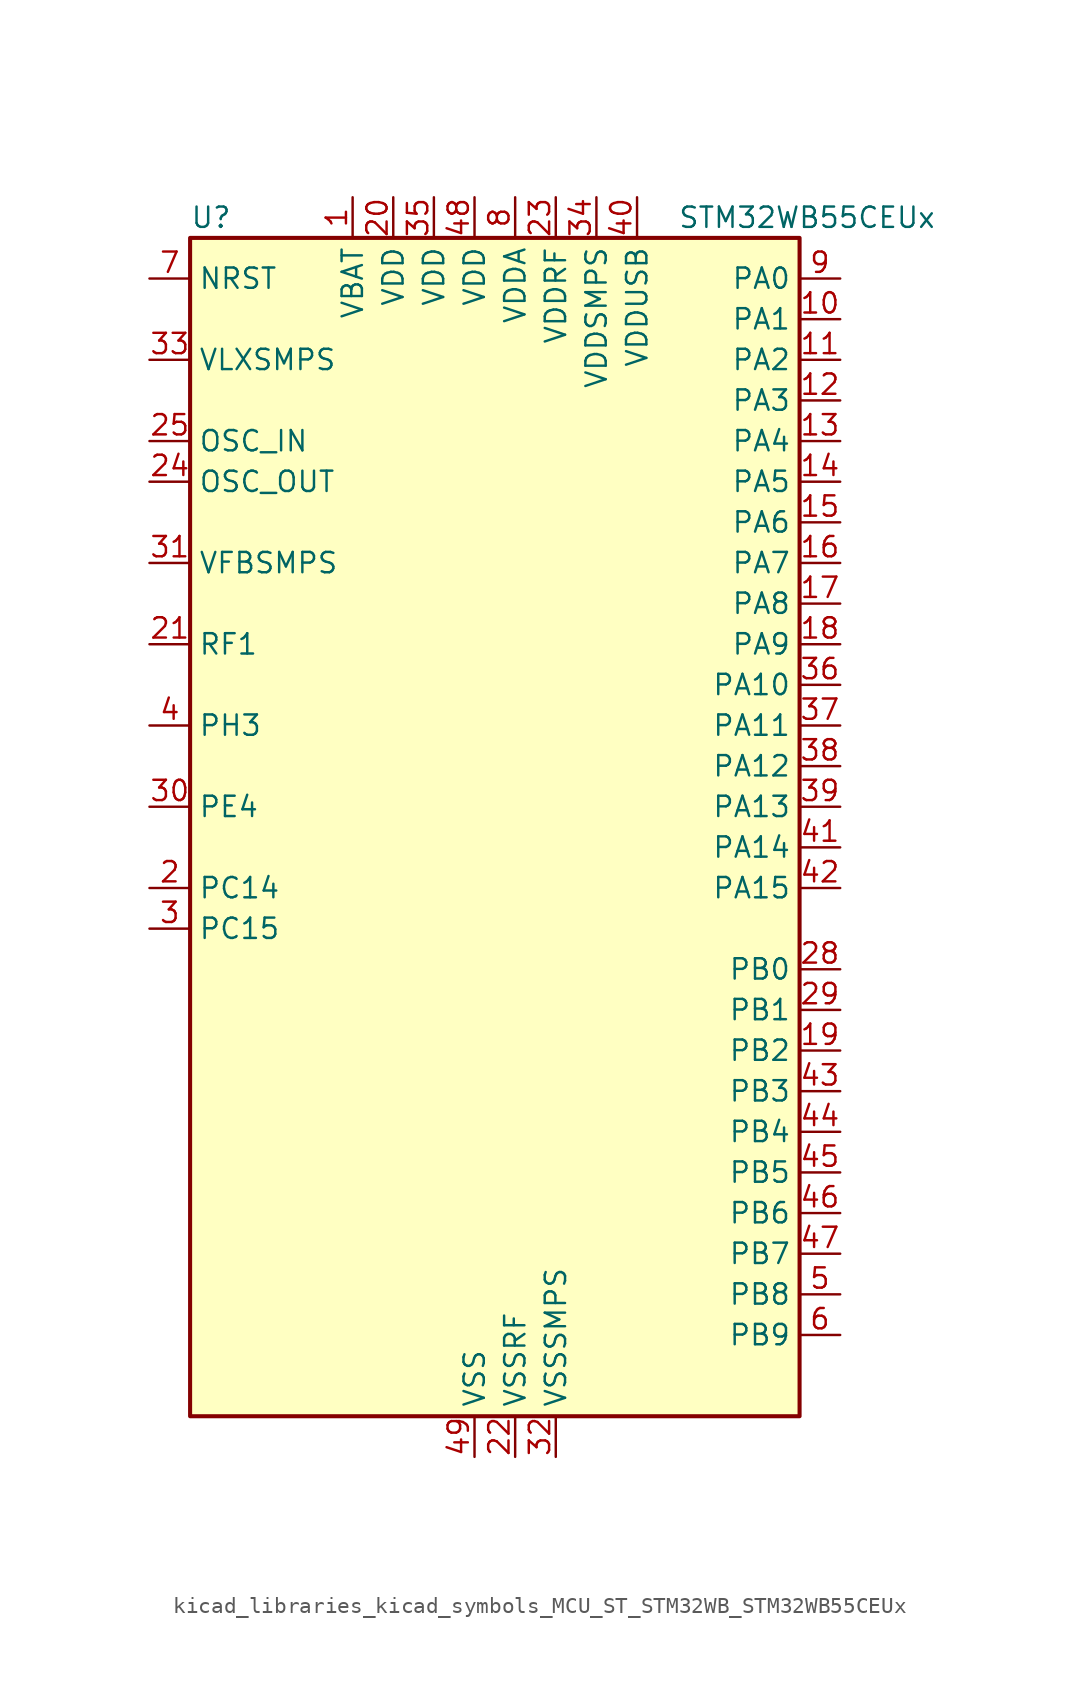
<source format=kicad_sym>
(kicad_symbol_lib
  (version 20220914)
  (generator kicad_symbol_editor)
  (symbol "kicad_libraries_kicad_symbols_MCU_ST_STM32WB_STM32WB55CEUx"
    (property "Reference" "U"
      (at -17.78 39.37 0)
      (effects (font (size 1.27 1.27)) (justify left)))
    (property "Value" "STM32WB55CEUx"
      (at 12.7 39.37 0)
      (effects (font (size 1.27 1.27)) (justify left)))
    (property "ki_locked" ""
      (at 0 0 0)
      (effects (font (size 1.27 1.27))))
    (symbol "kicad_libraries_kicad_symbols_MCU_ST_STM32WB_STM32WB55CEUx_0_1"
      (rectangle (start -17.78 -35.56) (end 20.32 38.1) (stroke (width 0.254) (type default)) (fill (type background))))
    (symbol "kicad_libraries_kicad_symbols_MCU_ST_STM32WB_STM32WB55CEUx_1_1"
      (pin power_in line (at -7.62 40.64 270) (length 2.54) (name "VBAT" (effects (font (size 1.27 1.27)))) (number "1" (effects (font (size 1.27 1.27)))))
      (pin bidirectional line (at 22.86 33.02 180) (length 2.54) (name "PA1" (effects (font (size 1.27 1.27)))) (number "10" (effects (font (size 1.27 1.27)))) (alternate "ADC1_IN6" bidirectional line) (alternate "COMP1_INP" bidirectional line) (alternate "I2C1_SMBA" bidirectional line) (alternate "LCD_SEG0" bidirectional line) (alternate "SPI1_SCK" bidirectional line) (alternate "TIM2_CH2" bidirectional line))
      (pin bidirectional line (at 22.86 30.48 180) (length 2.54) (name "PA2" (effects (font (size 1.27 1.27)))) (number "11" (effects (font (size 1.27 1.27)))) (alternate "ADC1_IN7" bidirectional line) (alternate "COMP2_INM" bidirectional line) (alternate "COMP2_OUT" bidirectional line) (alternate "LCD_SEG1" bidirectional line) (alternate "LPUART1_TX" bidirectional line) (alternate "QUADSPI_BK1_NCS" bidirectional line) (alternate "RCC_LSCO" bidirectional line) (alternate "SYS_WKUP4" bidirectional line) (alternate "TIM2_CH3" bidirectional line))
      (pin bidirectional line (at 22.86 27.94 180) (length 2.54) (name "PA3" (effects (font (size 1.27 1.27)))) (number "12" (effects (font (size 1.27 1.27)))) (alternate "ADC1_IN8" bidirectional line) (alternate "COMP2_INP" bidirectional line) (alternate "LCD_SEG2" bidirectional line) (alternate "LPUART1_RX" bidirectional line) (alternate "QUADSPI_CLK" bidirectional line) (alternate "SAI1_CK1" bidirectional line) (alternate "SAI1_MCLK_A" bidirectional line) (alternate "TIM2_CH4" bidirectional line))
      (pin bidirectional line (at 22.86 25.4 180) (length 2.54) (name "PA4" (effects (font (size 1.27 1.27)))) (number "13" (effects (font (size 1.27 1.27)))) (alternate "ADC1_IN9" bidirectional line) (alternate "COMP1_INM" bidirectional line) (alternate "COMP2_INM" bidirectional line) (alternate "LCD_SEG5" bidirectional line) (alternate "LPTIM2_OUT" bidirectional line) (alternate "SAI1_FS_B" bidirectional line) (alternate "SPI1_NSS" bidirectional line))
      (pin bidirectional line (at 22.86 22.86 180) (length 2.54) (name "PA5" (effects (font (size 1.27 1.27)))) (number "14" (effects (font (size 1.27 1.27)))) (alternate "ADC1_IN10" bidirectional line) (alternate "COMP1_INM" bidirectional line) (alternate "COMP2_INM" bidirectional line) (alternate "LPTIM2_ETR" bidirectional line) (alternate "SAI1_SD_B" bidirectional line) (alternate "SPI1_SCK" bidirectional line) (alternate "TIM2_CH1" bidirectional line) (alternate "TIM2_ETR" bidirectional line))
      (pin bidirectional line (at 22.86 20.32 180) (length 2.54) (name "PA6" (effects (font (size 1.27 1.27)))) (number "15" (effects (font (size 1.27 1.27)))) (alternate "ADC1_IN11" bidirectional line) (alternate "LCD_SEG3" bidirectional line) (alternate "LPUART1_CTS" bidirectional line) (alternate "QUADSPI_BK1_IO3" bidirectional line) (alternate "SPI1_MISO" bidirectional line) (alternate "TIM16_CH1" bidirectional line) (alternate "TIM1_BKIN" bidirectional line))
      (pin bidirectional line (at 22.86 17.78 180) (length 2.54) (name "PA7" (effects (font (size 1.27 1.27)))) (number "16" (effects (font (size 1.27 1.27)))) (alternate "ADC1_IN12" bidirectional line) (alternate "COMP2_OUT" bidirectional line) (alternate "I2C3_SCL" bidirectional line) (alternate "LCD_SEG4" bidirectional line) (alternate "QUADSPI_BK1_IO2" bidirectional line) (alternate "SPI1_MOSI" bidirectional line) (alternate "TIM17_CH1" bidirectional line) (alternate "TIM1_CH1N" bidirectional line))
      (pin bidirectional line (at 22.86 15.24 180) (length 2.54) (name "PA8" (effects (font (size 1.27 1.27)))) (number "17" (effects (font (size 1.27 1.27)))) (alternate "ADC1_IN15" bidirectional line) (alternate "LCD_COM0" bidirectional line) (alternate "LPTIM2_OUT" bidirectional line) (alternate "RCC_MCO" bidirectional line) (alternate "SAI1_CK2" bidirectional line) (alternate "SAI1_SCK_A" bidirectional line) (alternate "TIM1_CH1" bidirectional line) (alternate "USART1_CK" bidirectional line))
      (pin bidirectional line (at 22.86 12.7 180) (length 2.54) (name "PA9" (effects (font (size 1.27 1.27)))) (number "18" (effects (font (size 1.27 1.27)))) (alternate "ADC1_IN16" bidirectional line) (alternate "COMP1_INM" bidirectional line) (alternate "I2C1_SCL" bidirectional line) (alternate "LCD_COM1" bidirectional line) (alternate "SAI1_D2" bidirectional line) (alternate "SAI1_FS_A" bidirectional line) (alternate "TIM1_CH2" bidirectional line) (alternate "USART1_TX" bidirectional line))
      (pin bidirectional line (at 22.86 -12.7 180) (length 2.54) (name "PB2" (effects (font (size 1.27 1.27)))) (number "19" (effects (font (size 1.27 1.27)))) (alternate "COMP1_INP" bidirectional line) (alternate "I2C3_SMBA" bidirectional line) (alternate "LCD_VLCD" bidirectional line) (alternate "LPTIM1_OUT" bidirectional line) (alternate "RTC_OUT2" bidirectional line) (alternate "SAI1_EXTCLK" bidirectional line) (alternate "SPI1_NSS" bidirectional line))
      (pin bidirectional line (at -20.32 -2.54 0) (length 2.54) (name "PC14" (effects (font (size 1.27 1.27)))) (number "2" (effects (font (size 1.27 1.27)))) (alternate "RCC_OSC32_IN" bidirectional line))
      (pin power_in line (at -5.08 40.64 270) (length 2.54) (name "VDD" (effects (font (size 1.27 1.27)))) (number "20" (effects (font (size 1.27 1.27)))))
      (pin bidirectional line (at -20.32 12.7 0) (length 2.54) (name "RF1" (effects (font (size 1.27 1.27)))) (number "21" (effects (font (size 1.27 1.27)))) (alternate "RF_RF1" bidirectional line))
      (pin power_in line (at 2.54 -38.1 90) (length 2.54) (name "VSSRF" (effects (font (size 1.27 1.27)))) (number "22" (effects (font (size 1.27 1.27)))))
      (pin power_in line (at 5.08 40.64 270) (length 2.54) (name "VDDRF" (effects (font (size 1.27 1.27)))) (number "23" (effects (font (size 1.27 1.27)))))
      (pin input line (at -20.32 22.86 0) (length 2.54) (name "OSC_OUT" (effects (font (size 1.27 1.27)))) (number "24" (effects (font (size 1.27 1.27)))) (alternate "RCC_OSC_OUT" bidirectional line))
      (pin input line (at -20.32 25.4 0) (length 2.54) (name "OSC_IN" (effects (font (size 1.27 1.27)))) (number "25" (effects (font (size 1.27 1.27)))) (alternate "RCC_OSC_IN" bidirectional line))
      (pin no_connect line (at -17.78 -35.56 0) (length 2.54) hide (name "AT0" (effects (font (size 1.27 1.27)))) (number "26" (effects (font (size 1.27 1.27)))))
      (pin no_connect line (at -17.78 -33.02 0) (length 2.54) hide (name "AT1" (effects (font (size 1.27 1.27)))) (number "27" (effects (font (size 1.27 1.27)))))
      (pin bidirectional line (at 22.86 -7.62 180) (length 2.54) (name "PB0" (effects (font (size 1.27 1.27)))) (number "28" (effects (font (size 1.27 1.27)))) (alternate "COMP1_OUT" bidirectional line) (alternate "RF_TX_MOD_EXT_PA" bidirectional line))
      (pin bidirectional line (at 22.86 -10.16 180) (length 2.54) (name "PB1" (effects (font (size 1.27 1.27)))) (number "29" (effects (font (size 1.27 1.27)))) (alternate "LPTIM2_IN1" bidirectional line) (alternate "LPUART1_DE" bidirectional line) (alternate "LPUART1_RTS" bidirectional line))
      (pin bidirectional line (at -20.32 -5.08 0) (length 2.54) (name "PC15" (effects (font (size 1.27 1.27)))) (number "3" (effects (font (size 1.27 1.27)))) (alternate "ADC1_EXTI15" bidirectional line) (alternate "RCC_OSC32_OUT" bidirectional line))
      (pin bidirectional line (at -20.32 2.54 0) (length 2.54) (name "PE4" (effects (font (size 1.27 1.27)))) (number "30" (effects (font (size 1.27 1.27)))))
      (pin input line (at -20.32 17.78 0) (length 2.54) (name "VFBSMPS" (effects (font (size 1.27 1.27)))) (number "31" (effects (font (size 1.27 1.27)))))
      (pin power_in line (at 5.08 -38.1 90) (length 2.54) (name "VSSSMPS" (effects (font (size 1.27 1.27)))) (number "32" (effects (font (size 1.27 1.27)))))
      (pin power_in line (at -20.32 30.48 0) (length 2.54) (name "VLXSMPS" (effects (font (size 1.27 1.27)))) (number "33" (effects (font (size 1.27 1.27)))))
      (pin power_in line (at 7.62 40.64 270) (length 2.54) (name "VDDSMPS" (effects (font (size 1.27 1.27)))) (number "34" (effects (font (size 1.27 1.27)))))
      (pin power_in line (at -2.54 40.64 270) (length 2.54) (name "VDD" (effects (font (size 1.27 1.27)))) (number "35" (effects (font (size 1.27 1.27)))))
      (pin bidirectional line (at 22.86 10.16 180) (length 2.54) (name "PA10" (effects (font (size 1.27 1.27)))) (number "36" (effects (font (size 1.27 1.27)))) (alternate "CRS_SYNC" bidirectional line) (alternate "I2C1_SDA" bidirectional line) (alternate "LCD_COM2" bidirectional line) (alternate "SAI1_D1" bidirectional line) (alternate "SAI1_SD_A" bidirectional line) (alternate "TIM17_BKIN" bidirectional line) (alternate "TIM1_CH3" bidirectional line) (alternate "USART1_RX" bidirectional line))
      (pin bidirectional line (at 22.86 7.62 180) (length 2.54) (name "PA11" (effects (font (size 1.27 1.27)))) (number "37" (effects (font (size 1.27 1.27)))) (alternate "ADC1_EXTI11" bidirectional line) (alternate "SPI1_MISO" bidirectional line) (alternate "TIM1_BKIN2" bidirectional line) (alternate "TIM1_CH4" bidirectional line) (alternate "USART1_CTS" bidirectional line) (alternate "USART1_NSS" bidirectional line) (alternate "USB_DM" bidirectional line))
      (pin bidirectional line (at 22.86 5.08 180) (length 2.54) (name "PA12" (effects (font (size 1.27 1.27)))) (number "38" (effects (font (size 1.27 1.27)))) (alternate "LPUART1_RX" bidirectional line) (alternate "SPI1_MOSI" bidirectional line) (alternate "TIM1_ETR" bidirectional line) (alternate "USART1_DE" bidirectional line) (alternate "USART1_RTS" bidirectional line) (alternate "USB_DP" bidirectional line))
      (pin bidirectional line (at 22.86 2.54 180) (length 2.54) (name "PA13" (effects (font (size 1.27 1.27)))) (number "39" (effects (font (size 1.27 1.27)))) (alternate "IR_OUT" bidirectional line) (alternate "SAI1_SD_B" bidirectional line) (alternate "SYS_JTMS-SWDIO" bidirectional line) (alternate "USB_NOE" bidirectional line))
      (pin bidirectional line (at -20.32 7.62 0) (length 2.54) (name "PH3" (effects (font (size 1.27 1.27)))) (number "4" (effects (font (size 1.27 1.27)))) (alternate "RCC_LSCO" bidirectional line))
      (pin power_in line (at 10.16 40.64 270) (length 2.54) (name "VDDUSB" (effects (font (size 1.27 1.27)))) (number "40" (effects (font (size 1.27 1.27)))))
      (pin bidirectional line (at 22.86 0 180) (length 2.54) (name "PA14" (effects (font (size 1.27 1.27)))) (number "41" (effects (font (size 1.27 1.27)))) (alternate "I2C1_SMBA" bidirectional line) (alternate "LCD_SEG5" bidirectional line) (alternate "LPTIM1_OUT" bidirectional line) (alternate "SAI1_FS_B" bidirectional line) (alternate "SYS_JTCK-SWCLK" bidirectional line))
      (pin bidirectional line (at 22.86 -2.54 180) (length 2.54) (name "PA15" (effects (font (size 1.27 1.27)))) (number "42" (effects (font (size 1.27 1.27)))) (alternate "ADC1_EXTI15" bidirectional line) (alternate "LCD_SEG17" bidirectional line) (alternate "RCC_MCO" bidirectional line) (alternate "SPI1_NSS" bidirectional line) (alternate "SYS_JTDI" bidirectional line) (alternate "TIM2_CH1" bidirectional line) (alternate "TIM2_ETR" bidirectional line))
      (pin bidirectional line (at 22.86 -15.24 180) (length 2.54) (name "PB3" (effects (font (size 1.27 1.27)))) (number "43" (effects (font (size 1.27 1.27)))) (alternate "COMP2_INM" bidirectional line) (alternate "LCD_SEG7" bidirectional line) (alternate "SAI1_SCK_B" bidirectional line) (alternate "SPI1_SCK" bidirectional line) (alternate "SYS_JTDO-SWO" bidirectional line) (alternate "TIM2_CH2" bidirectional line) (alternate "USART1_DE" bidirectional line) (alternate "USART1_RTS" bidirectional line))
      (pin bidirectional line (at 22.86 -17.78 180) (length 2.54) (name "PB4" (effects (font (size 1.27 1.27)))) (number "44" (effects (font (size 1.27 1.27)))) (alternate "COMP2_INP" bidirectional line) (alternate "I2C3_SDA" bidirectional line) (alternate "LCD_SEG8" bidirectional line) (alternate "SAI1_MCLK_B" bidirectional line) (alternate "SPI1_MISO" bidirectional line) (alternate "SYS_JTRST" bidirectional line) (alternate "TIM17_BKIN" bidirectional line) (alternate "USART1_CTS" bidirectional line) (alternate "USART1_NSS" bidirectional line))
      (pin bidirectional line (at 22.86 -20.32 180) (length 2.54) (name "PB5" (effects (font (size 1.27 1.27)))) (number "45" (effects (font (size 1.27 1.27)))) (alternate "COMP2_OUT" bidirectional line) (alternate "I2C1_SMBA" bidirectional line) (alternate "LCD_SEG9" bidirectional line) (alternate "LPTIM1_IN1" bidirectional line) (alternate "LPUART1_TX" bidirectional line) (alternate "SAI1_SD_B" bidirectional line) (alternate "SPI1_MOSI" bidirectional line) (alternate "TIM16_BKIN" bidirectional line) (alternate "USART1_CK" bidirectional line))
      (pin bidirectional line (at 22.86 -22.86 180) (length 2.54) (name "PB6" (effects (font (size 1.27 1.27)))) (number "46" (effects (font (size 1.27 1.27)))) (alternate "COMP2_INP" bidirectional line) (alternate "I2C1_SCL" bidirectional line) (alternate "LCD_SEG6" bidirectional line) (alternate "LPTIM1_ETR" bidirectional line) (alternate "RCC_MCO" bidirectional line) (alternate "SAI1_FS_B" bidirectional line) (alternate "TIM16_CH1N" bidirectional line) (alternate "USART1_TX" bidirectional line))
      (pin bidirectional line (at 22.86 -25.4 180) (length 2.54) (name "PB7" (effects (font (size 1.27 1.27)))) (number "47" (effects (font (size 1.27 1.27)))) (alternate "COMP2_INM" bidirectional line) (alternate "I2C1_SDA" bidirectional line) (alternate "LCD_SEG21" bidirectional line) (alternate "LPTIM1_IN2" bidirectional line) (alternate "SYS_PVD_IN" bidirectional line) (alternate "TIM17_CH1N" bidirectional line) (alternate "TIM1_BKIN" bidirectional line) (alternate "USART1_RX" bidirectional line))
      (pin power_in line (at 0 40.64 270) (length 2.54) (name "VDD" (effects (font (size 1.27 1.27)))) (number "48" (effects (font (size 1.27 1.27)))))
      (pin power_in line (at 0 -38.1 90) (length 2.54) (name "VSS" (effects (font (size 1.27 1.27)))) (number "49" (effects (font (size 1.27 1.27)))))
      (pin bidirectional line (at 22.86 -27.94 180) (length 2.54) (name "PB8" (effects (font (size 1.27 1.27)))) (number "5" (effects (font (size 1.27 1.27)))) (alternate "I2C1_SCL" bidirectional line) (alternate "LCD_SEG16" bidirectional line) (alternate "QUADSPI_BK1_IO1" bidirectional line) (alternate "SAI1_CK1" bidirectional line) (alternate "SAI1_MCLK_A" bidirectional line) (alternate "TIM16_CH1" bidirectional line) (alternate "TIM1_CH2N" bidirectional line))
      (pin bidirectional line (at 22.86 -30.48 180) (length 2.54) (name "PB9" (effects (font (size 1.27 1.27)))) (number "6" (effects (font (size 1.27 1.27)))) (alternate "I2C1_SDA" bidirectional line) (alternate "IR_OUT" bidirectional line) (alternate "LCD_COM3" bidirectional line) (alternate "QUADSPI_BK1_IO0" bidirectional line) (alternate "SAI1_D2" bidirectional line) (alternate "SAI1_FS_A" bidirectional line) (alternate "TIM17_CH1" bidirectional line) (alternate "TIM1_CH3N" bidirectional line))
      (pin input line (at -20.32 35.56 0) (length 2.54) (name "NRST" (effects (font (size 1.27 1.27)))) (number "7" (effects (font (size 1.27 1.27)))))
      (pin power_in line (at 2.54 40.64 270) (length 2.54) (name "VDDA" (effects (font (size 1.27 1.27)))) (number "8" (effects (font (size 1.27 1.27)))))
      (pin bidirectional line (at 22.86 35.56 180) (length 2.54) (name "PA0" (effects (font (size 1.27 1.27)))) (number "9" (effects (font (size 1.27 1.27)))) (alternate "ADC1_IN5" bidirectional line) (alternate "COMP1_INM" bidirectional line) (alternate "COMP1_OUT" bidirectional line) (alternate "RTC_TAMP2" bidirectional line) (alternate "SAI1_EXTCLK" bidirectional line) (alternate "SYS_WKUP1" bidirectional line) (alternate "TIM2_CH1" bidirectional line) (alternate "TIM2_ETR" bidirectional line)))))
</source>
